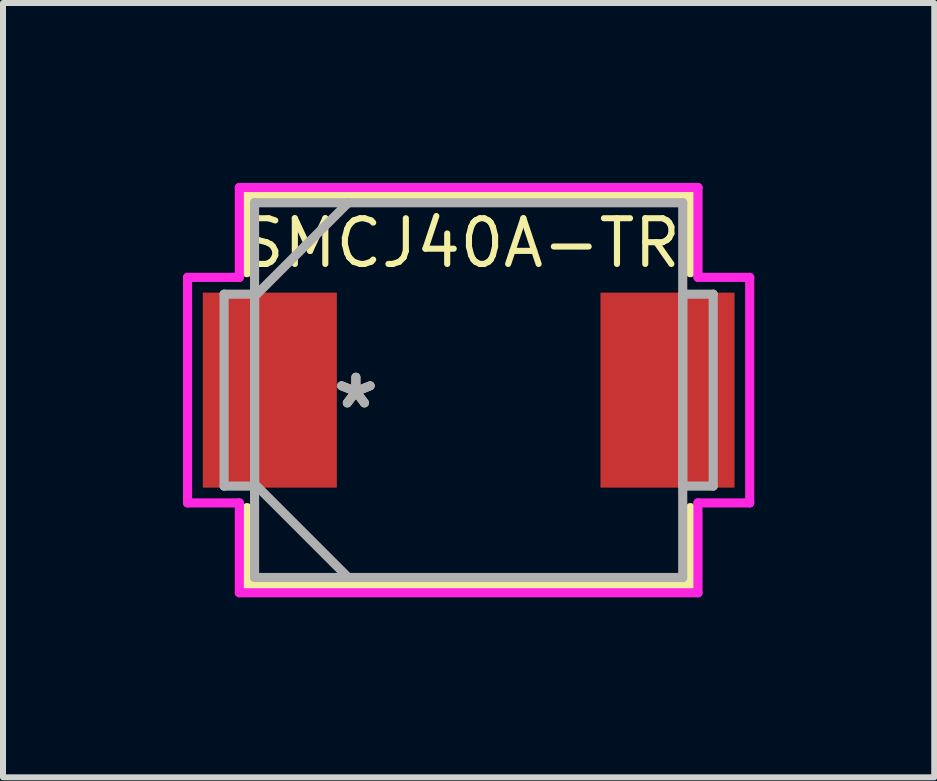
<source format=kicad_pcb>
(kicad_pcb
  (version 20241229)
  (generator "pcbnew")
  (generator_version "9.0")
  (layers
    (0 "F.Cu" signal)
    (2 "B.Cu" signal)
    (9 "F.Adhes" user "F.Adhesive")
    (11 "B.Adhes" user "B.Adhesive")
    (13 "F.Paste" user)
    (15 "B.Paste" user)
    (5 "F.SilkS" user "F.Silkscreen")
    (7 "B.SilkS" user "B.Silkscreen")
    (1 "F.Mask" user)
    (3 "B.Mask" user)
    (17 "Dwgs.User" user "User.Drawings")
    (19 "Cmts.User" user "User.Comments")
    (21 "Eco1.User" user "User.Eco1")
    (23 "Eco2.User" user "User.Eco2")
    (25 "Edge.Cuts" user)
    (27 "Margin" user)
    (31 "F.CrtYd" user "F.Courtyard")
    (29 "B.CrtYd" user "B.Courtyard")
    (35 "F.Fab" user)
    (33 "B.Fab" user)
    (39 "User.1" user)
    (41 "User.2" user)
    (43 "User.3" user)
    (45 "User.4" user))
  (footprint "SMCJ40A-TR"
    (layer "F.Cu")
    (at 4.763 3.454)
    (property "Reference" "SMCJ40A-TR" (at -0.14 -2.451 0) (layer "F.SilkS") (effects (font (size 0.762 0.762) (thickness 0.102))))
    (attr through_hole)
    (fp_line (start -3.696 -3.251) (end -3.696 -1.958) (stroke (width 0.152) (type solid)) (layer "F.SilkS"))
    (fp_line (start -3.696 1.958) (end -3.696 3.251) (stroke (width 0.152) (type solid)) (layer "F.SilkS"))
    (fp_line (start -3.696 3.251) (end 3.696 3.251) (stroke (width 0.152) (type solid)) (layer "F.SilkS"))
    (fp_line (start 3.696 -3.251) (end -3.696 -3.251) (stroke (width 0.152) (type solid)) (layer "F.SilkS"))
    (fp_line (start 3.696 -1.958) (end 3.696 -3.251) (stroke (width 0.152) (type solid)) (layer "F.SilkS"))
    (fp_line (start 3.696 3.251) (end 3.696 1.958) (stroke (width 0.152) (type solid)) (layer "F.SilkS"))
    (fp_line (start -4.686 -1.88) (end -3.823 -1.88) (stroke (width 0.152) (type solid)) (layer "F.CrtYd"))
    (fp_line (start -4.686 1.88) (end -4.686 -1.88) (stroke (width 0.152) (type solid)) (layer "F.CrtYd"))
    (fp_line (start -3.823 -3.378) (end 3.823 -3.378) (stroke (width 0.152) (type solid)) (layer "F.CrtYd"))
    (fp_line (start -3.823 -1.88) (end -3.823 -3.378) (stroke (width 0.152) (type solid)) (layer "F.CrtYd"))
    (fp_line (start -3.823 1.88) (end -4.686 1.88) (stroke (width 0.152) (type solid)) (layer "F.CrtYd"))
    (fp_line (start -3.823 3.378) (end -3.823 1.88) (stroke (width 0.152) (type solid)) (layer "F.CrtYd"))
    (fp_line (start 3.823 -3.378) (end 3.823 -1.88) (stroke (width 0.152) (type solid)) (layer "F.CrtYd"))
    (fp_line (start 3.823 -1.88) (end 4.686 -1.88) (stroke (width 0.152) (type solid)) (layer "F.CrtYd"))
    (fp_line (start 3.823 1.88) (end 3.823 3.378) (stroke (width 0.152) (type solid)) (layer "F.CrtYd"))
    (fp_line (start 3.823 3.378) (end -3.823 3.378) (stroke (width 0.152) (type solid)) (layer "F.CrtYd"))
    (fp_line (start 4.686 -1.88) (end 4.686 1.88) (stroke (width 0.152) (type solid)) (layer "F.CrtYd"))
    (fp_line (start 4.686 1.88) (end 3.823 1.88) (stroke (width 0.152) (type solid)) (layer "F.CrtYd"))
    (fp_line (start -4.077 -1.6) (end -4.077 1.6) (stroke (width 0.152) (type solid)) (layer "F.Fab"))
    (fp_line (start -4.077 1.6) (end -3.569 1.6) (stroke (width 0.152) (type solid)) (layer "F.Fab"))
    (fp_line (start -3.569 -3.124) (end -3.569 3.124) (stroke (width 0.152) (type solid)) (layer "F.Fab"))
    (fp_line (start -3.569 -1.6) (end -4.077 -1.6) (stroke (width 0.152) (type solid)) (layer "F.Fab"))
    (fp_line (start -3.569 -1.562) (end -2.007 -3.124) (stroke (width 0.152) (type solid)) (layer "F.Fab"))
    (fp_line (start -3.569 1.562) (end -2.007 3.124) (stroke (width 0.152) (type solid)) (layer "F.Fab"))
    (fp_line (start -3.569 1.6) (end -3.569 -1.6) (stroke (width 0.152) (type solid)) (layer "F.Fab"))
    (fp_line (start -3.569 3.124) (end 3.569 3.124) (stroke (width 0.152) (type solid)) (layer "F.Fab"))
    (fp_line (start 3.569 -3.124) (end -3.569 -3.124) (stroke (width 0.152) (type solid)) (layer "F.Fab"))
    (fp_line (start 3.569 -1.6) (end 3.569 1.6) (stroke (width 0.152) (type solid)) (layer "F.Fab"))
    (fp_line (start 3.569 1.6) (end 4.077 1.6) (stroke (width 0.152) (type solid)) (layer "F.Fab"))
    (fp_line (start 3.569 3.124) (end 3.569 -3.124) (stroke (width 0.152) (type solid)) (layer "F.Fab"))
    (fp_line (start 4.077 -1.6) (end 3.569 -1.6) (stroke (width 0.152) (type solid)) (layer "F.Fab"))
    (fp_line (start 4.077 1.6) (end 4.077 -1.6) (stroke (width 0.152) (type solid)) (layer "F.Fab"))
    (fp_text user "*" (at -1.88 0.33 0) (layer "F.SilkS") (effects (font (size 1 1) (thickness 0.15))))
    (fp_text user "*" (at -1.88 0.33 0) (layer "F.Fab") (effects (font (size 1 1) (thickness 0.15))))
    (pad "1" smd rect (at -3.315 0) (size 2.235 3.251) (layers "F.Cu" "F.Mask" "F.Paste"))
    (pad "2" smd rect (at 3.315 0) (size 2.235 3.251) (layers "F.Cu" "F.Mask" "F.Paste")))
  (gr_rect
    (start -3 -3)
    (end 12.525 9.909)
    (stroke (width 0.1) (type default))
    (fill no)
    (layer "Edge.Cuts")))
</source>
